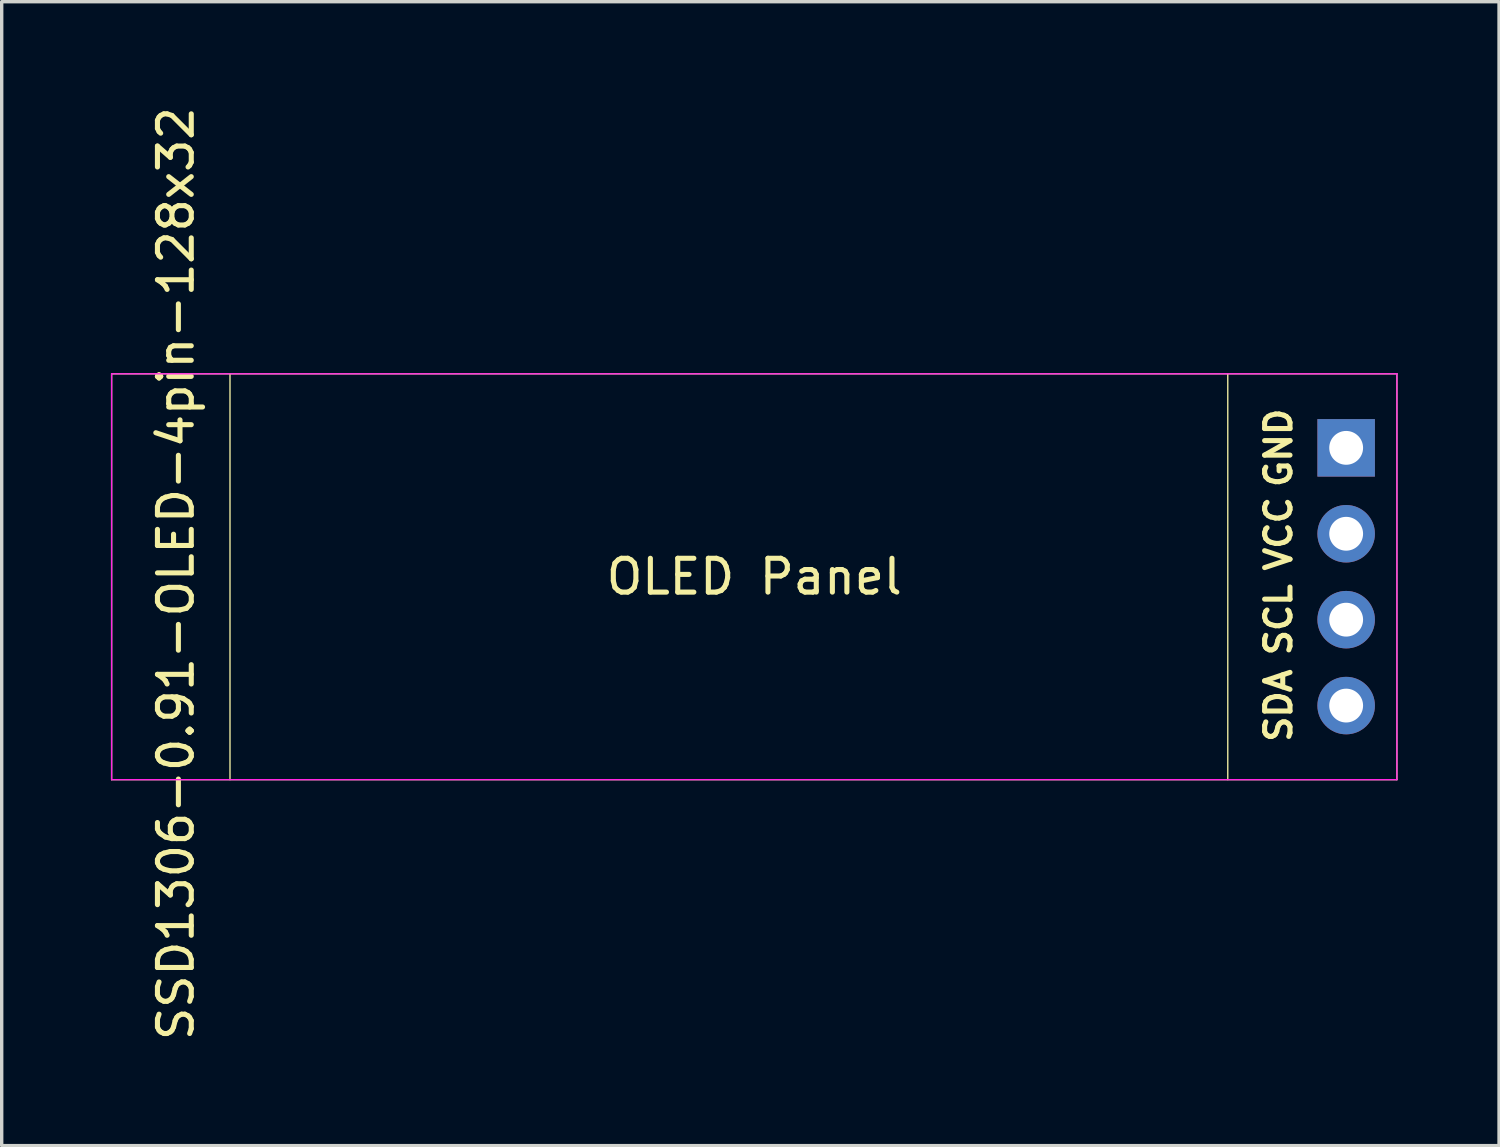
<source format=kicad_pcb>
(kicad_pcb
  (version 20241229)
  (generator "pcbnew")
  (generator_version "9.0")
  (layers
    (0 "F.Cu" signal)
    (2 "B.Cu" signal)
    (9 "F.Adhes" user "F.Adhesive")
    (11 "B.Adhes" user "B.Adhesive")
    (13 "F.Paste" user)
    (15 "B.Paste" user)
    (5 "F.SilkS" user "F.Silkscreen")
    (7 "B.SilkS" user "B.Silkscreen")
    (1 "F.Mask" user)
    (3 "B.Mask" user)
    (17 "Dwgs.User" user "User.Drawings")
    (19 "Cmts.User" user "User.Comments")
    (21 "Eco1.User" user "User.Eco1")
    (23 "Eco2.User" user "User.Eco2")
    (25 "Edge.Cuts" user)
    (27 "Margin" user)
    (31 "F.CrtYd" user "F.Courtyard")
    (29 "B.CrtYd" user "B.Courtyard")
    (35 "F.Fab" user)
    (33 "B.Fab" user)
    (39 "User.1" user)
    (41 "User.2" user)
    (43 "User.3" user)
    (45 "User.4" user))
  (footprint "SSD1306-0.91-OLED-4pin-128x32"
    (layer "F.Cu")
    (at 0.25 8.001)
    (property "Reference" "SSD1306-0.91-OLED-4pin-128x32" (at 1.9 5.91 90) (layer "F.SilkS") (effects (font (size 1 1) (thickness 0.15))))
    (attr through_hole)
    (fp_line (start 0 0) (end 0 12) (stroke (width 0.04) (type solid)) (layer "F.SilkS"))
    (fp_line (start 0 12) (end 38 12) (stroke (width 0.04) (type solid)) (layer "F.SilkS"))
    (fp_line (start 3.5 0) (end 3.5 12) (stroke (width 0.04) (type solid)) (layer "F.SilkS"))
    (fp_line (start 33 0) (end 33 12) (stroke (width 0.04) (type solid)) (layer "F.SilkS"))
    (fp_line (start 38 0) (end 0 0) (stroke (width 0.04) (type solid)) (layer "F.SilkS"))
    (fp_line (start 38 12) (end 38 0) (stroke (width 0.04) (type solid)) (layer "F.SilkS"))
    (fp_line (start 0 0) (end 0 12) (stroke (width 0.04) (type solid)) (layer "F.CrtYd"))
    (fp_line (start 0 12) (end 38 12) (stroke (width 0.04) (type solid)) (layer "F.CrtYd"))
    (fp_line (start 38 0) (end 0 0) (stroke (width 0.04) (type solid)) (layer "F.CrtYd"))
    (fp_line (start 38 12) (end 38 0) (stroke (width 0.04) (type solid)) (layer "F.CrtYd"))
    (fp_text user "VCC" (at 34.5 4.73 270) (layer "F.SilkS") (effects (font (size 0.75 0.75) (thickness 0.15))))
    (fp_text user "GND" (at 34.5 2.19 270) (layer "F.SilkS") (effects (font (size 0.75 0.75) (thickness 0.15))))
    (fp_text user "SCL" (at 34.5 7.27 270) (layer "F.SilkS") (effects (font (size 0.75 0.75) (thickness 0.15))))
    (fp_text user "OLED Panel" (at 19 6 0) (layer "F.SilkS") (effects (font (size 1 1) (thickness 0.15))))
    (fp_text user "SDA" (at 34.5 9.81 270) (layer "F.SilkS") (effects (font (size 0.75 0.75) (thickness 0.15))))
    (pad "1" thru_hole rect (at 36.5 2.19) (size 1.7 1.7) (drill 1) (layers "*.Cu" "*.Mask"))
    (pad "2" thru_hole oval (at 36.5 4.73) (size 1.7 1.7) (drill 1) (layers "*.Cu" "*.Mask"))
    (pad "3" thru_hole oval (at 36.5 7.27) (size 1.7 1.7) (drill 1) (layers "*.Cu" "*.Mask"))
    (pad "4" thru_hole oval (at 36.5 9.81) (size 1.7 1.7) (drill 1) (layers "*.Cu" "*.Mask")))
  (gr_rect
    (start -3 -3)
    (end 41.27 30.821)
    (stroke (width 0.1) (type default))
    (fill no)
    (layer "Edge.Cuts")))
</source>
